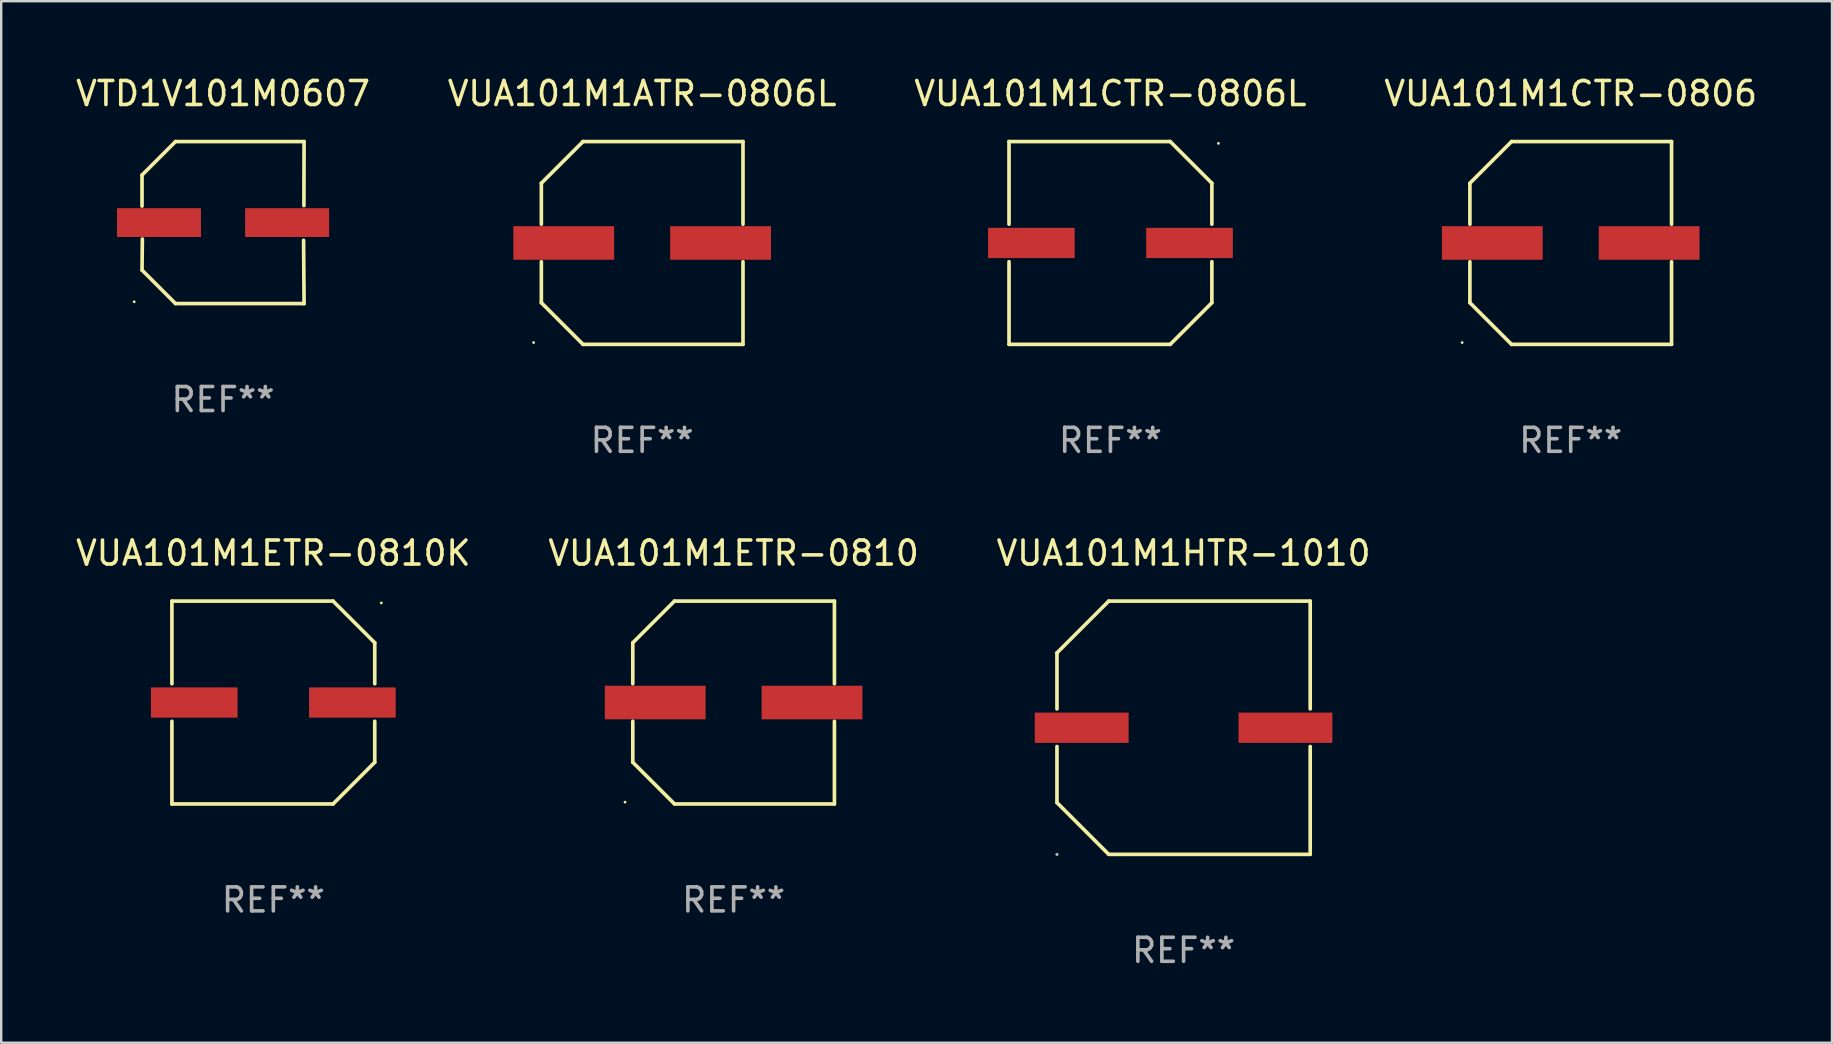
<source format=kicad_pcb>
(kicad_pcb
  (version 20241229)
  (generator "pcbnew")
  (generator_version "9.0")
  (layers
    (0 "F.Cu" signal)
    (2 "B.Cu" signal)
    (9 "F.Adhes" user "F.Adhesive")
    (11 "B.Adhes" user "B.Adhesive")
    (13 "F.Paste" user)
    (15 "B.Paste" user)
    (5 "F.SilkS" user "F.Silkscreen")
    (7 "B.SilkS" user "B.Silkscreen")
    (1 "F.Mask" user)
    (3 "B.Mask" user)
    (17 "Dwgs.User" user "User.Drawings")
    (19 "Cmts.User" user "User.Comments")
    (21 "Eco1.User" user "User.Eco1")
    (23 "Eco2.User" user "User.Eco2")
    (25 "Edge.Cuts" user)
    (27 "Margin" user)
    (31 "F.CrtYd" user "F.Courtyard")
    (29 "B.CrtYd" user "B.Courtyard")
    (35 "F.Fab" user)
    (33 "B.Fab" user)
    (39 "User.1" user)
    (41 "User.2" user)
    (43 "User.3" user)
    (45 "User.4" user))
  (footprint "VUA101M1ETR-0810"
    (layer "F.Cu")
    (at 27.518 26.223)
    (property "Reference" "VUA101M1ETR-0810" (at 0 -6.226 0) (layer "F.SilkS") (effects (font (size 1 1) (thickness 0.15))))
    (attr through_hole)
    (fp_line (start -4.201 -2.49) (end -4.201 -0.782) (stroke (width 0.152) (type solid)) (layer "F.SilkS"))
    (fp_line (start -4.201 2.49) (end -4.201 0.782) (stroke (width 0.152) (type solid)) (layer "F.SilkS"))
    (fp_line (start -2.465 -4.226) (end -4.201 -2.49) (stroke (width 0.152) (type solid)) (layer "F.SilkS"))
    (fp_line (start -2.465 4.226) (end -4.201 2.49) (stroke (width 0.152) (type solid)) (layer "F.SilkS"))
    (fp_line (start 4.201 -4.226) (end -2.465 -4.226) (stroke (width 0.152) (type solid)) (layer "F.SilkS"))
    (fp_line (start 4.201 -0.782) (end 4.201 -4.226) (stroke (width 0.152) (type solid)) (layer "F.SilkS"))
    (fp_line (start 4.201 0.782) (end 4.201 4.226) (stroke (width 0.152) (type solid)) (layer "F.SilkS"))
    (fp_line (start 4.201 4.226) (end -2.465 4.226) (stroke (width 0.152) (type solid)) (layer "F.SilkS"))
    (fp_circle (center -4.524 4.15) (end -4.494 4.15) (stroke (width 0.06) (type solid)) (fill no) (layer "F.SilkS"))
    (fp_text user "REF**" (at 0 8.226 0) (layer "F.Fab") (effects (font (size 1 1) (thickness 0.15))))
    (pad "1" smd rect (at -3.267 0) (size 4.2 1.4) (layers "F.Cu" "F.Mask" "F.Paste"))
    (pad "2" smd rect (at 3.267 0) (size 4.2 1.4) (layers "F.Cu" "F.Mask" "F.Paste")))
  (footprint "VUA101M1ETR-0810K"
    (layer "F.Cu")
    (at 8.339 26.223)
    (property "Reference" "VUA101M1ETR-0810K" (at 0 -6.226 0) (layer "F.SilkS") (effects (font (size 1 1) (thickness 0.15))))
    (attr through_hole)
    (fp_line (start -4.226 -4.226) (end 2.49 -4.226) (stroke (width 0.152) (type solid)) (layer "F.SilkS"))
    (fp_line (start -4.226 -0.782) (end -4.226 -4.226) (stroke (width 0.152) (type solid)) (layer "F.SilkS"))
    (fp_line (start -4.226 0.782) (end -4.226 4.226) (stroke (width 0.152) (type solid)) (layer "F.SilkS"))
    (fp_line (start -4.226 4.226) (end 2.49 4.226) (stroke (width 0.152) (type solid)) (layer "F.SilkS"))
    (fp_line (start 2.49 -4.226) (end 4.226 -2.49) (stroke (width 0.152) (type solid)) (layer "F.SilkS"))
    (fp_line (start 2.49 4.226) (end 4.226 2.49) (stroke (width 0.152) (type solid)) (layer "F.SilkS"))
    (fp_line (start 4.226 -2.49) (end 4.226 -0.782) (stroke (width 0.152) (type solid)) (layer "F.SilkS"))
    (fp_line (start 4.226 2.49) (end 4.226 0.782) (stroke (width 0.152) (type solid)) (layer "F.SilkS"))
    (fp_circle (center 4.5 -4.15) (end 4.53 -4.15) (stroke (width 0.06) (type solid)) (fill no) (layer "F.SilkS"))
    (fp_text user "REF**" (at 0 8.226 0) (layer "F.Fab") (effects (font (size 1 1) (thickness 0.15))))
    (pad "1" smd rect (at 3.295 0 180) (size 3.61 1.26) (layers "F.Cu" "F.Mask" "F.Paste"))
    (pad "2" smd rect (at -3.295 0 180) (size 3.61 1.26) (layers "F.Cu" "F.Mask" "F.Paste")))
  (footprint "VUA101M1HTR-1010"
    (layer "F.Cu")
    (at 46.268 27.273)
    (property "Reference" "VUA101M1HTR-1010" (at 0 -7.276 0) (layer "F.SilkS") (effects (font (size 1 1) (thickness 0.15))))
    (attr through_hole)
    (fp_line (start -5.276 -3.12) (end -3.12 -5.276) (stroke (width 0.152) (type solid)) (layer "F.SilkS"))
    (fp_line (start -5.276 -0.783) (end -5.276 -3.12) (stroke (width 0.152) (type solid)) (layer "F.SilkS"))
    (fp_line (start -5.276 0.783) (end -5.276 3.12) (stroke (width 0.152) (type solid)) (layer "F.SilkS"))
    (fp_line (start -5.276 3.12) (end -3.12 5.276) (stroke (width 0.152) (type solid)) (layer "F.SilkS"))
    (fp_line (start -3.12 -5.276) (end 5.276 -5.276) (stroke (width 0.152) (type solid)) (layer "F.SilkS"))
    (fp_line (start -3.12 5.276) (end 5.276 5.276) (stroke (width 0.152) (type solid)) (layer "F.SilkS"))
    (fp_line (start 5.276 -5.276) (end 5.276 -0.783) (stroke (width 0.152) (type solid)) (layer "F.SilkS"))
    (fp_line (start 5.276 5.276) (end 5.276 0.783) (stroke (width 0.152) (type solid)) (layer "F.SilkS"))
    (fp_circle (center -5.276 5.276) (end -5.246 5.276) (stroke (width 0.06) (type solid)) (fill no) (layer "F.SilkS"))
    (fp_circle (center -5.276 5.276) (end -5.246 5.276) (stroke (width 0.06) (type solid)) (fill no) (layer "F.Fab"))
    (fp_text user "REF**" (at 0 9.276 0) (layer "F.Fab") (effects (font (size 1 1) (thickness 0.15))))
    (pad "1" smd rect (at -4.245 0) (size 3.91 1.261) (layers "F.Cu" "F.Mask" "F.Paste"))
    (pad "2" smd rect (at 4.245 0) (size 3.91 1.261) (layers "F.Cu" "F.Mask" "F.Paste")))
  (footprint "VUA101M1CTR-0806"
    (layer "F.Cu")
    (at 62.399 7.074)
    (property "Reference" "VUA101M1CTR-0806" (at 0 -6.226 0) (layer "F.SilkS") (effects (font (size 1 1) (thickness 0.15))))
    (attr through_hole)
    (fp_line (start -4.201 -2.49) (end -4.201 -0.782) (stroke (width 0.152) (type solid)) (layer "F.SilkS"))
    (fp_line (start -4.201 2.49) (end -4.201 0.782) (stroke (width 0.152) (type solid)) (layer "F.SilkS"))
    (fp_line (start -2.465 -4.226) (end -4.201 -2.49) (stroke (width 0.152) (type solid)) (layer "F.SilkS"))
    (fp_line (start -2.465 4.226) (end -4.201 2.49) (stroke (width 0.152) (type solid)) (layer "F.SilkS"))
    (fp_line (start 4.201 -4.226) (end -2.465 -4.226) (stroke (width 0.152) (type solid)) (layer "F.SilkS"))
    (fp_line (start 4.201 -0.782) (end 4.201 -4.226) (stroke (width 0.152) (type solid)) (layer "F.SilkS"))
    (fp_line (start 4.201 0.782) (end 4.201 4.226) (stroke (width 0.152) (type solid)) (layer "F.SilkS"))
    (fp_line (start 4.201 4.226) (end -2.465 4.226) (stroke (width 0.152) (type solid)) (layer "F.SilkS"))
    (fp_circle (center -4.524 4.15) (end -4.494 4.15) (stroke (width 0.06) (type solid)) (fill no) (layer "F.SilkS"))
    (fp_text user "REF**" (at 0 8.226 0) (layer "F.Fab") (effects (font (size 1 1) (thickness 0.15))))
    (pad "1" smd rect (at -3.267 0) (size 4.2 1.4) (layers "F.Cu" "F.Mask" "F.Paste"))
    (pad "2" smd rect (at 3.267 0) (size 4.2 1.4) (layers "F.Cu" "F.Mask" "F.Paste")))
  (footprint "VUA101M1ATR-0806L"
    (layer "F.Cu")
    (at 23.708 7.074)
    (property "Reference" "VUA101M1ATR-0806L" (at 0 -6.226 0) (layer "F.SilkS") (effects (font (size 1 1) (thickness 0.15))))
    (attr through_hole)
    (fp_line (start -4.201 -2.49) (end -4.201 -0.782) (stroke (width 0.152) (type solid)) (layer "F.SilkS"))
    (fp_line (start -4.201 2.49) (end -4.201 0.782) (stroke (width 0.152) (type solid)) (layer "F.SilkS"))
    (fp_line (start -2.465 -4.226) (end -4.201 -2.49) (stroke (width 0.152) (type solid)) (layer "F.SilkS"))
    (fp_line (start -2.465 4.226) (end -4.201 2.49) (stroke (width 0.152) (type solid)) (layer "F.SilkS"))
    (fp_line (start 4.201 -4.226) (end -2.465 -4.226) (stroke (width 0.152) (type solid)) (layer "F.SilkS"))
    (fp_line (start 4.201 -0.782) (end 4.201 -4.226) (stroke (width 0.152) (type solid)) (layer "F.SilkS"))
    (fp_line (start 4.201 0.782) (end 4.201 4.226) (stroke (width 0.152) (type solid)) (layer "F.SilkS"))
    (fp_line (start 4.201 4.226) (end -2.465 4.226) (stroke (width 0.152) (type solid)) (layer "F.SilkS"))
    (fp_circle (center -4.524 4.15) (end -4.494 4.15) (stroke (width 0.06) (type solid)) (fill no) (layer "F.SilkS"))
    (fp_text user "REF**" (at 0 8.226 0) (layer "F.Fab") (effects (font (size 1 1) (thickness 0.15))))
    (pad "1" smd rect (at -3.267 0) (size 4.2 1.4) (layers "F.Cu" "F.Mask" "F.Paste"))
    (pad "2" smd rect (at 3.267 0) (size 4.2 1.4) (layers "F.Cu" "F.Mask" "F.Paste")))
  (footprint "VTD1V101M0607"
    (layer "F.Cu")
    (at 6.244 6.224)
    (property "Reference" "VTD1V101M0607" (at 0 -5.376 0) (layer "F.SilkS") (effects (font (size 1 1) (thickness 0.15))))
    (attr through_hole)
    (fp_line (start -3.376 -1.98) (end -3.376 -0.686) (stroke (width 0.152) (type solid)) (layer "F.SilkS"))
    (fp_line (start -3.376 1.981) (end -3.362 0.686) (stroke (width 0.152) (type solid)) (layer "F.SilkS"))
    (fp_line (start -1.981 3.376) (end -3.376 1.981) (stroke (width 0.152) (type solid)) (layer "F.SilkS"))
    (fp_line (start -1.98 -3.376) (end -3.376 -1.98) (stroke (width 0.152) (type solid)) (layer "F.SilkS"))
    (fp_line (start 3.356 0.74) (end 3.376 3.376) (stroke (width 0.152) (type solid)) (layer "F.SilkS"))
    (fp_line (start 3.369 -0.707) (end 3.376 -3.376) (stroke (width 0.152) (type solid)) (layer "F.SilkS"))
    (fp_line (start 3.376 3.376) (end -1.981 3.376) (stroke (width 0.152) (type solid)) (layer "F.SilkS"))
    (fp_line (start 3.376 -3.376) (end -1.98 -3.376) (stroke (width 0.152) (type solid)) (layer "F.SilkS"))
    (fp_circle (center -3.702 3.3) (end -3.672 3.3) (stroke (width 0.06) (type solid)) (fill no) (layer "F.SilkS"))
    (fp_text user "REF**" (at 0 7.376 0) (layer "F.Fab") (effects (font (size 1 1) (thickness 0.15))))
    (pad "1" smd rect (at -2.67 0.000203) (size 3.5 1.2) (layers "F.Cu" "F.Mask" "F.Paste"))
    (pad "2" smd rect (at 2.67 0.000203) (size 3.5 1.2) (layers "F.Cu" "F.Mask" "F.Paste")))
  (footprint "VUA101M1CTR-0806L"
    (layer "F.Cu")
    (at 43.22 7.074)
    (property "Reference" "VUA101M1CTR-0806L" (at 0 -6.226 0) (layer "F.SilkS") (effects (font (size 1 1) (thickness 0.15))))
    (attr through_hole)
    (fp_line (start -4.226 -4.226) (end 2.49 -4.226) (stroke (width 0.152) (type solid)) (layer "F.SilkS"))
    (fp_line (start -4.226 -0.782) (end -4.226 -4.226) (stroke (width 0.152) (type solid)) (layer "F.SilkS"))
    (fp_line (start -4.226 0.782) (end -4.226 4.226) (stroke (width 0.152) (type solid)) (layer "F.SilkS"))
    (fp_line (start -4.226 4.226) (end 2.49 4.226) (stroke (width 0.152) (type solid)) (layer "F.SilkS"))
    (fp_line (start 2.49 -4.226) (end 4.226 -2.49) (stroke (width 0.152) (type solid)) (layer "F.SilkS"))
    (fp_line (start 2.49 4.226) (end 4.226 2.49) (stroke (width 0.152) (type solid)) (layer "F.SilkS"))
    (fp_line (start 4.226 -2.49) (end 4.226 -0.782) (stroke (width 0.152) (type solid)) (layer "F.SilkS"))
    (fp_line (start 4.226 2.49) (end 4.226 0.782) (stroke (width 0.152) (type solid)) (layer "F.SilkS"))
    (fp_circle (center 4.5 -4.15) (end 4.53 -4.15) (stroke (width 0.06) (type solid)) (fill no) (layer "F.SilkS"))
    (fp_text user "REF**" (at 0 8.226 0) (layer "F.Fab") (effects (font (size 1 1) (thickness 0.15))))
    (pad "1" smd rect (at 3.295 0 180) (size 3.61 1.26) (layers "F.Cu" "F.Mask" "F.Paste"))
    (pad "2" smd rect (at -3.295 0 180) (size 3.61 1.26) (layers "F.Cu" "F.Mask" "F.Paste")))
  (gr_rect
    (start -3 -3)
    (end 73.286 40.398)
    (stroke (width 0.1) (type default))
    (fill no)
    (layer "Edge.Cuts")))
</source>
